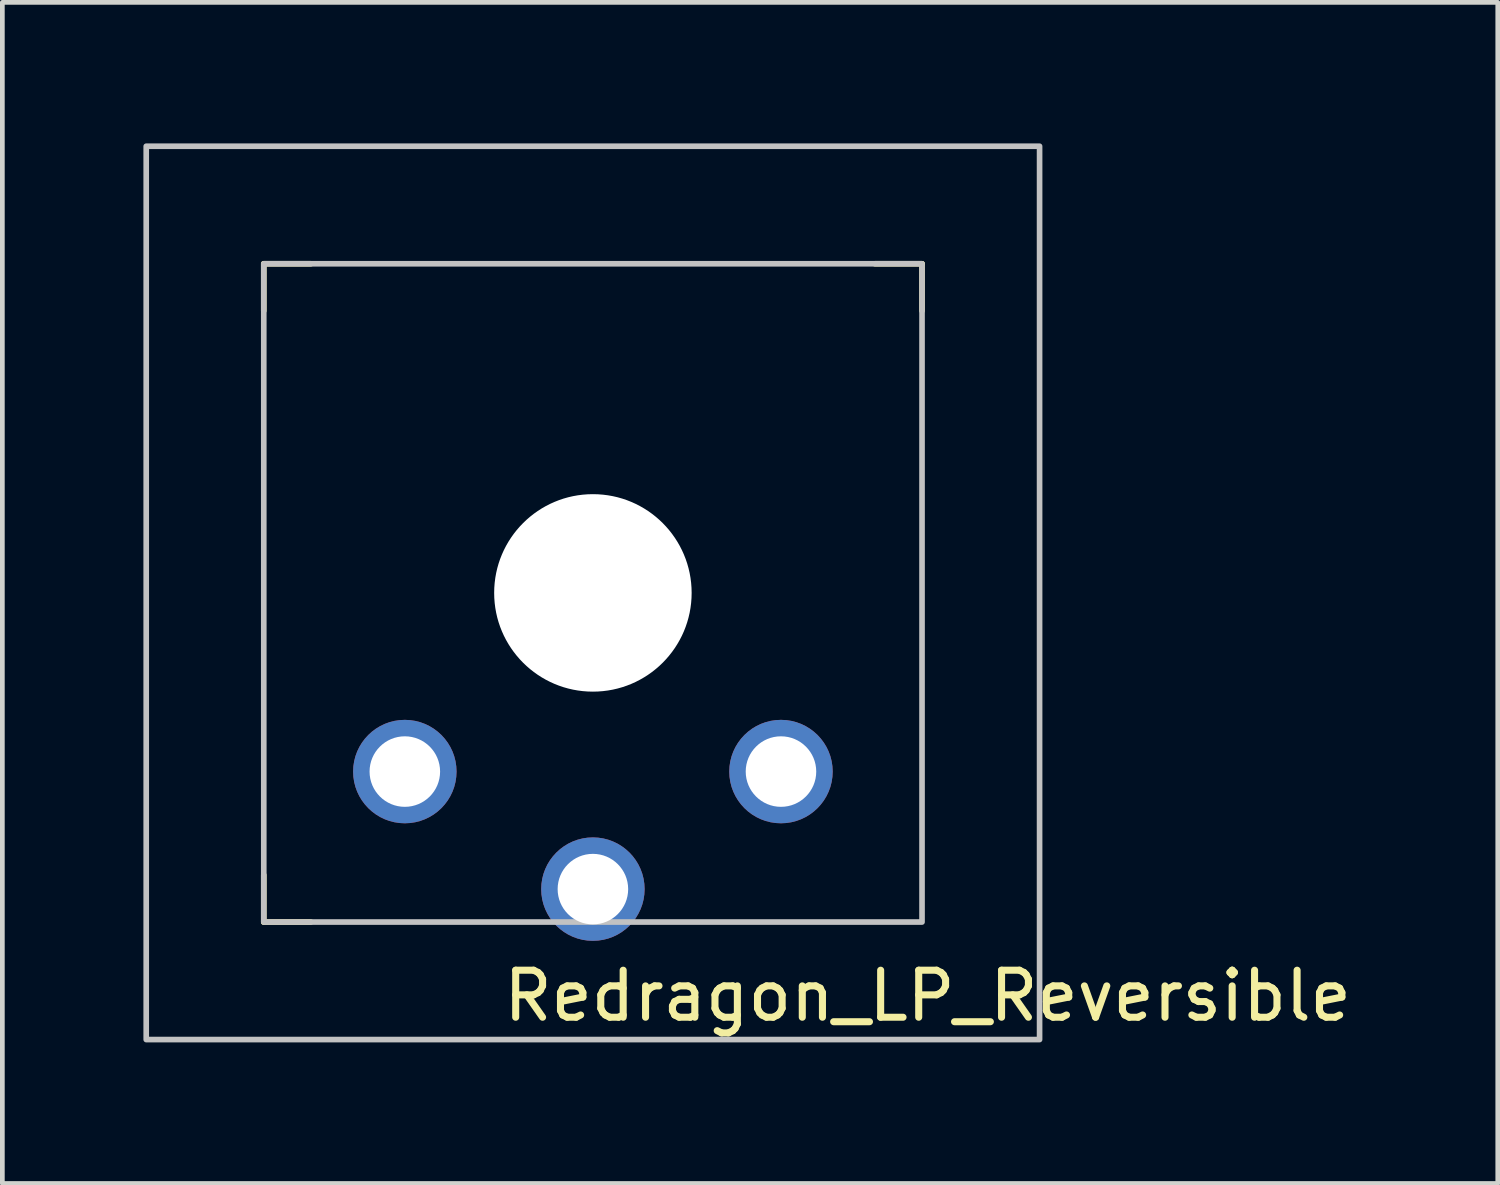
<source format=kicad_pcb>
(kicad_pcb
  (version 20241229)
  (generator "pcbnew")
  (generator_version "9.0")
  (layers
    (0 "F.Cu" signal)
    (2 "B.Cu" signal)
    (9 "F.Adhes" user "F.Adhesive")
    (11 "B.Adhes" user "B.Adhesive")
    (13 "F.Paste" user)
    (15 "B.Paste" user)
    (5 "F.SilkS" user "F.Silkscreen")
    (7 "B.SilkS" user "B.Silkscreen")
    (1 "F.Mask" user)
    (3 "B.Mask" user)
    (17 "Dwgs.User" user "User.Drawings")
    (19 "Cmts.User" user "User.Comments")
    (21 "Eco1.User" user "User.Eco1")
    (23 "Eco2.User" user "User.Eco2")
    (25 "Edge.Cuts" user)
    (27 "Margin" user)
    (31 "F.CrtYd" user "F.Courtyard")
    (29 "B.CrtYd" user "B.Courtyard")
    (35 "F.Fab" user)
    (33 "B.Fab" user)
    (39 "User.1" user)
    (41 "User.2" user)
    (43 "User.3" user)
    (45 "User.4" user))
  (footprint "Redragon_LP_Reversible"
    (layer "F.Cu")
    (at 9.56 9.56)
    (property "Reference" "Redragon_LP_Reversible" (at 7.12 8.57 0) (unlocked yes) (layer "F.SilkS") (effects (font (size 1 1) (thickness 0.15))))
    (attr through_hole)
    (fp_line (start -7 -7) (end -6 -7) (stroke (width 0.12) (type solid)) (layer "F.SilkS"))
    (fp_line (start -7 -6) (end -7 -7) (stroke (width 0.12) (type solid)) (layer "F.SilkS"))
    (fp_line (start -7 7) (end -7 6) (stroke (width 0.12) (type solid)) (layer "F.SilkS"))
    (fp_line (start -6 7) (end -7 7) (stroke (width 0.12) (type solid)) (layer "F.SilkS"))
    (fp_line (start 6 -7) (end 7 -7) (stroke (width 0.12) (type solid)) (layer "F.SilkS"))
    (fp_line (start 7 -7) (end 7 -6) (stroke (width 0.12) (type solid)) (layer "F.SilkS"))
    (fp_rect (start -9.5 -9.5) (end 9.5 9.5) (stroke (width 0.12) (type solid)) (fill no) (layer "Dwgs.User"))
    (fp_rect (start -7 -7) (end 7 7) (stroke (width 0.12) (type solid)) (fill no) (layer "Dwgs.User"))
    (pad "" np_thru_hole circle (at 0 0) (size 4.2 4.2) (drill 4.2) (layers "*.Cu" "*.Mask"))
    (pad "1" thru_hole circle (at 0 6.3) (size 2.2 2.2) (drill 1.5) (layers "*.Cu" "*.Mask"))
    (pad "2" thru_hole circle (at -4 3.8) (size 2.2 2.2) (drill 1.5) (layers "*.Cu" "*.Mask"))
    (pad "2" thru_hole circle (at 4 3.8) (size 2.2 2.2) (drill 1.5) (layers "*.Cu" "*.Mask")))
  (gr_rect
    (start -3 -3)
    (end 28.805 22.12)
    (stroke (width 0.1) (type default))
    (fill no)
    (layer "Edge.Cuts")))
</source>
